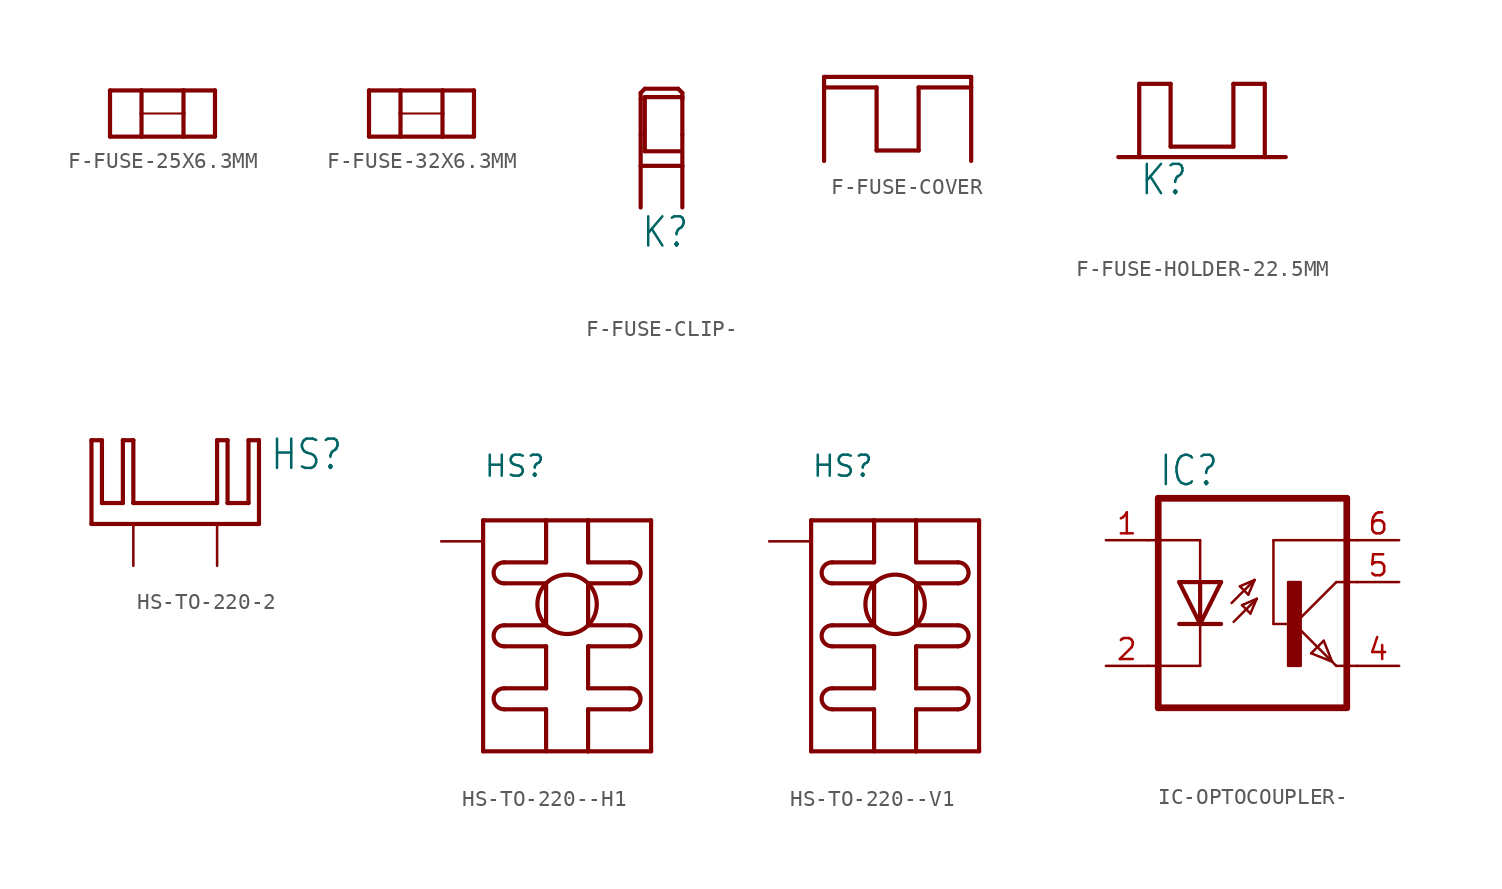
<source format=kicad_sym>
(kicad_symbol_lib
  (version 20231120)
  (generator "kicad_symbol_editor")
  (generator_version "8.0")
  (symbol "F-FUSE-25X6.3MM"
    (property "Reference" "F"
      (at 0 0 0)
      (effects (font (size 1.27 1.27)) (hide yes)))
    (property "Value" ""
      (at -2.54 1.905 0)
      (effects (font (size 1.778 1.511)) (justify left bottom)))
    (property "ki_locked" ""
      (at 0 0 0)
      (effects (font (size 1.27 1.27))))
    (symbol "F-FUSE-25X6.3MM_1_0"
      (polyline (pts (xy -3.175 -1.397) (xy -1.27 -1.397)) (stroke (width 0.254) (type solid)) (fill (type none)))
      (polyline (pts (xy -3.175 0) (xy -3.175 -1.397)) (stroke (width 0.254) (type solid)) (fill (type none)))
      (polyline (pts (xy -3.175 1.397) (xy -3.175 0)) (stroke (width 0.254) (type solid)) (fill (type none)))
      (polyline (pts (xy -1.27 -1.397) (xy 1.27 -1.397)) (stroke (width 0.254) (type solid)) (fill (type none)))
      (polyline (pts (xy -1.27 0) (xy -1.27 -1.397)) (stroke (width 0.254) (type solid)) (fill (type none)))
      (polyline (pts (xy -1.27 0) (xy 1.27 0)) (stroke (width 0.127) (type solid)) (fill (type none)))
      (polyline (pts (xy -1.27 1.397) (xy -3.175 1.397)) (stroke (width 0.254) (type solid)) (fill (type none)))
      (polyline (pts (xy -1.27 1.397) (xy -1.27 0)) (stroke (width 0.254) (type solid)) (fill (type none)))
      (polyline (pts (xy 1.27 -1.397) (xy 3.175 -1.397)) (stroke (width 0.254) (type solid)) (fill (type none)))
      (polyline (pts (xy 1.27 0) (xy 1.27 -1.397)) (stroke (width 0.254) (type solid)) (fill (type none)))
      (polyline (pts (xy 1.27 1.397) (xy -1.27 1.397)) (stroke (width 0.254) (type solid)) (fill (type none)))
      (polyline (pts (xy 1.27 1.397) (xy 1.27 0)) (stroke (width 0.254) (type solid)) (fill (type none)))
      (polyline (pts (xy 3.175 -1.397) (xy 3.175 0)) (stroke (width 0.254) (type solid)) (fill (type none)))
      (polyline (pts (xy 3.175 0) (xy 3.175 1.397)) (stroke (width 0.254) (type solid)) (fill (type none)))
      (polyline (pts (xy 3.175 1.397) (xy 1.27 1.397)) (stroke (width 0.254) (type solid)) (fill (type none)))))
  (symbol "F-FUSE-32X6.3MM"
    (property "Reference" "F"
      (at 0 0 0)
      (effects (font (size 1.27 1.27)) (hide yes)))
    (property "Value" ""
      (at -2.54 1.905 0)
      (effects (font (size 1.778 1.511)) (justify left bottom)))
    (property "ki_locked" ""
      (at 0 0 0)
      (effects (font (size 1.27 1.27))))
    (symbol "F-FUSE-32X6.3MM_1_0"
      (polyline (pts (xy -3.175 -1.397) (xy -1.27 -1.397)) (stroke (width 0.254) (type solid)) (fill (type none)))
      (polyline (pts (xy -3.175 0) (xy -3.175 -1.397)) (stroke (width 0.254) (type solid)) (fill (type none)))
      (polyline (pts (xy -3.175 1.397) (xy -3.175 0)) (stroke (width 0.254) (type solid)) (fill (type none)))
      (polyline (pts (xy -1.27 -1.397) (xy 1.27 -1.397)) (stroke (width 0.254) (type solid)) (fill (type none)))
      (polyline (pts (xy -1.27 0) (xy -1.27 -1.397)) (stroke (width 0.254) (type solid)) (fill (type none)))
      (polyline (pts (xy -1.27 0) (xy 1.27 0)) (stroke (width 0.127) (type solid)) (fill (type none)))
      (polyline (pts (xy -1.27 1.397) (xy -3.175 1.397)) (stroke (width 0.254) (type solid)) (fill (type none)))
      (polyline (pts (xy -1.27 1.397) (xy -1.27 0)) (stroke (width 0.254) (type solid)) (fill (type none)))
      (polyline (pts (xy 1.27 -1.397) (xy 3.175 -1.397)) (stroke (width 0.254) (type solid)) (fill (type none)))
      (polyline (pts (xy 1.27 0) (xy 1.27 -1.397)) (stroke (width 0.254) (type solid)) (fill (type none)))
      (polyline (pts (xy 1.27 1.397) (xy -1.27 1.397)) (stroke (width 0.254) (type solid)) (fill (type none)))
      (polyline (pts (xy 1.27 1.397) (xy 1.27 0)) (stroke (width 0.254) (type solid)) (fill (type none)))
      (polyline (pts (xy 3.175 -1.397) (xy 3.175 0)) (stroke (width 0.254) (type solid)) (fill (type none)))
      (polyline (pts (xy 3.175 0) (xy 3.175 1.397)) (stroke (width 0.254) (type solid)) (fill (type none)))
      (polyline (pts (xy 3.175 1.397) (xy 1.27 1.397)) (stroke (width 0.254) (type solid)) (fill (type none)))))
  (symbol "F-FUSE-CLIP-"
    (property "Reference" "K"
      (at -2.54 -5.08 0)
      (effects (font (size 1.778 1.511)) (justify left bottom)))
    (property "Value" ""
      (at -2.54 -7.62 0)
      (effects (font (size 1.778 1.511)) (justify left bottom)))
    (property "ki_locked" ""
      (at 0 0 0)
      (effects (font (size 1.27 1.27))))
    (symbol "F-FUSE-CLIP-_1_0"
      (polyline (pts (xy -2.54 -2.54) (xy -2.54 0)) (stroke (width 0.254) (type solid)) (fill (type none)))
      (polyline (pts (xy -2.54 0) (xy -2.54 1.905)) (stroke (width 0.254) (type solid)) (fill (type none)))
      (polyline (pts (xy -2.54 0) (xy 0 0)) (stroke (width 0.254) (type solid)) (fill (type none)))
      (polyline (pts (xy -2.54 1.905) (xy -2.54 4.064)) (stroke (width 0.254) (type solid)) (fill (type none)))
      (polyline (pts (xy -2.54 4.064) (xy -2.54 4.445)) (stroke (width 0.254) (type solid)) (fill (type none)))
      (polyline (pts (xy -2.54 4.445) (xy -2.286 4.699)) (stroke (width 0.254) (type solid)) (fill (type none)))
      (polyline (pts (xy -2.286 0.889) (xy -0.127 0.889)) (stroke (width 0.254) (type solid)) (fill (type none)))
      (polyline (pts (xy -2.286 4.191) (xy -2.286 0.889)) (stroke (width 0.254) (type solid)) (fill (type none)))
      (polyline (pts (xy -2.286 4.699) (xy -0.254 4.699)) (stroke (width 0.254) (type solid)) (fill (type none)))
      (polyline (pts (xy -0.254 4.699) (xy 0 4.445)) (stroke (width 0.254) (type solid)) (fill (type none)))
      (polyline (pts (xy 0 0) (xy 0 -2.54)) (stroke (width 0.254) (type solid)) (fill (type none)))
      (polyline (pts (xy 0 1.905) (xy 0 0)) (stroke (width 0.254) (type solid)) (fill (type none)))
      (polyline (pts (xy 0 4.064) (xy 0 1.905)) (stroke (width 0.254) (type solid)) (fill (type none)))
      (polyline (pts (xy 0 4.191) (xy -2.286 4.191)) (stroke (width 0.254) (type solid)) (fill (type none)))
      (polyline (pts (xy 0 4.191) (xy 0 4.064)) (stroke (width 0.254) (type solid)) (fill (type none)))
      (polyline (pts (xy 0 4.445) (xy 0 4.191)) (stroke (width 0.254) (type solid)) (fill (type none)))
      (pin passive line (at -2.54 -2.54 0) (length 0) (name "1" (effects (font (size 0 0)))) (number "1A" (effects (font (size 0 0)))))
      (pin passive line (at 0 -2.54 180) (length 0) (name "2" (effects (font (size 0 0)))) (number "1B" (effects (font (size 0 0)))))))
  (symbol "F-FUSE-COVER"
    (property "Reference" ""
      (at 0 0 0)
      (effects (font (size 1.27 1.27)) (hide yes)))
    (property "Value" ""
      (at 5.08 2.159 0)
      (effects (font (size 1.778 1.511)) (justify left bottom)))
    (property "ki_locked" ""
      (at 0 0 0)
      (effects (font (size 1.27 1.27))))
    (symbol "F-FUSE-COVER_1_0"
      (polyline (pts (xy -4.445 0.635) (xy -4.445 5.08)) (stroke (width 0.254) (type solid)) (fill (type none)))
      (polyline (pts (xy -4.445 5.08) (xy -4.445 5.715)) (stroke (width 0.254) (type solid)) (fill (type none)))
      (polyline (pts (xy -4.445 5.715) (xy 4.445 5.715)) (stroke (width 0.254) (type solid)) (fill (type none)))
      (polyline (pts (xy -1.27 1.27) (xy -1.27 5.08)) (stroke (width 0.254) (type solid)) (fill (type none)))
      (polyline (pts (xy -1.27 5.08) (xy -4.445 5.08)) (stroke (width 0.254) (type solid)) (fill (type none)))
      (polyline (pts (xy 1.27 1.27) (xy -1.27 1.27)) (stroke (width 0.254) (type solid)) (fill (type none)))
      (polyline (pts (xy 1.27 5.08) (xy 1.27 1.27)) (stroke (width 0.254) (type solid)) (fill (type none)))
      (polyline (pts (xy 4.445 5.08) (xy 1.27 5.08)) (stroke (width 0.254) (type solid)) (fill (type none)))
      (polyline (pts (xy 4.445 5.08) (xy 4.445 0.635)) (stroke (width 0.254) (type solid)) (fill (type none)))
      (polyline (pts (xy 4.445 5.715) (xy 4.445 5.08)) (stroke (width 0.254) (type solid)) (fill (type none)))))
  (symbol "F-FUSE-HOLDER-22.5MM"
    (property "Reference" "K"
      (at -3.81 -4.953 0)
      (effects (font (size 1.778 1.511)) (justify left bottom)))
    (property "Value" ""
      (at -3.81 -7.366 0)
      (effects (font (size 1.778 1.511)) (justify left bottom)))
    (property "ki_locked" ""
      (at 0 0 0)
      (effects (font (size 1.27 1.27))))
    (symbol "F-FUSE-HOLDER-22.5MM_1_0"
      (polyline (pts (xy -3.81 -2.54) (xy -5.08 -2.54)) (stroke (width 0.254) (type solid)) (fill (type none)))
      (polyline (pts (xy -3.81 -2.54) (xy 3.81 -2.54)) (stroke (width 0.254) (type solid)) (fill (type none)))
      (polyline (pts (xy -3.81 1.905) (xy -3.81 -2.54)) (stroke (width 0.254) (type solid)) (fill (type none)))
      (polyline (pts (xy -3.81 1.905) (xy -1.905 1.905)) (stroke (width 0.254) (type solid)) (fill (type none)))
      (polyline (pts (xy -1.905 -1.905) (xy 1.905 -1.905)) (stroke (width 0.254) (type solid)) (fill (type none)))
      (polyline (pts (xy -1.905 1.905) (xy -1.905 -1.905)) (stroke (width 0.254) (type solid)) (fill (type none)))
      (polyline (pts (xy 1.905 -1.905) (xy 1.905 1.905)) (stroke (width 0.254) (type solid)) (fill (type none)))
      (polyline (pts (xy 1.905 1.905) (xy 3.81 1.905)) (stroke (width 0.254) (type solid)) (fill (type none)))
      (polyline (pts (xy 3.81 -2.54) (xy 5.08 -2.54)) (stroke (width 0.254) (type solid)) (fill (type none)))
      (polyline (pts (xy 3.81 1.905) (xy 3.81 -2.54)) (stroke (width 0.254) (type solid)) (fill (type none)))
      (pin passive line (at -5.08 -2.54 0) (length 0) (name "1" (effects (font (size 0 0)))) (number "1" (effects (font (size 0 0)))))
      (pin passive line (at 5.08 -2.54 180) (length 0) (name "2" (effects (font (size 0 0)))) (number "2" (effects (font (size 0 0)))))))
  (symbol "HS-TO-220-2"
    (property "Reference" "HS"
      (at 5.715 3.175 0)
      (effects (font (size 1.778 1.511)) (justify left bottom)))
    (property "Value" ""
      (at 5.715 0.635 0)
      (effects (font (size 1.778 1.511)) (justify left bottom)))
    (property "ki_locked" ""
      (at 0 0 0)
      (effects (font (size 1.27 1.27))))
    (symbol "HS-TO-220-2_1_0"
      (polyline (pts (xy -5.08 0) (xy 5.08 0)) (stroke (width 0.254) (type solid)) (fill (type none)))
      (polyline (pts (xy -5.08 5.08) (xy -5.08 0)) (stroke (width 0.254) (type solid)) (fill (type none)))
      (polyline (pts (xy -4.445 1.27) (xy -4.445 5.08)) (stroke (width 0.254) (type solid)) (fill (type none)))
      (polyline (pts (xy -4.445 5.08) (xy -5.08 5.08)) (stroke (width 0.254) (type solid)) (fill (type none)))
      (polyline (pts (xy -3.175 1.27) (xy -4.445 1.27)) (stroke (width 0.254) (type solid)) (fill (type none)))
      (polyline (pts (xy -3.175 5.08) (xy -3.175 1.27)) (stroke (width 0.254) (type solid)) (fill (type none)))
      (polyline (pts (xy -2.54 1.27) (xy -2.54 5.08)) (stroke (width 0.254) (type solid)) (fill (type none)))
      (polyline (pts (xy -2.54 5.08) (xy -3.175 5.08)) (stroke (width 0.254) (type solid)) (fill (type none)))
      (polyline (pts (xy 2.54 1.27) (xy -2.54 1.27)) (stroke (width 0.254) (type solid)) (fill (type none)))
      (polyline (pts (xy 2.54 5.08) (xy 2.54 1.27)) (stroke (width 0.254) (type solid)) (fill (type none)))
      (polyline (pts (xy 3.175 1.27) (xy 3.175 5.08)) (stroke (width 0.254) (type solid)) (fill (type none)))
      (polyline (pts (xy 3.175 5.08) (xy 2.54 5.08)) (stroke (width 0.254) (type solid)) (fill (type none)))
      (polyline (pts (xy 4.445 1.27) (xy 3.175 1.27)) (stroke (width 0.254) (type solid)) (fill (type none)))
      (polyline (pts (xy 4.445 5.08) (xy 4.445 1.27)) (stroke (width 0.254) (type solid)) (fill (type none)))
      (polyline (pts (xy 5.08 0) (xy 5.08 5.08)) (stroke (width 0.254) (type solid)) (fill (type none)))
      (polyline (pts (xy 5.08 5.08) (xy 4.445 5.08)) (stroke (width 0.254) (type solid)) (fill (type none)))
      (pin power_in line (at -2.54 -2.54 90) (length 2.54) (name "1" (effects (font (size 0 0)))) (number "1" (effects (font (size 0 0)))))
      (pin power_in line (at 2.54 -2.54 90) (length 2.54) (name "2" (effects (font (size 0 0)))) (number "2" (effects (font (size 0 0)))))))
  (symbol "HS-TO-220--H1"
    (property "Reference" "HS"
      (at -5.08 17.78 0)
      (effects (font (size 1.27 1.27)) (justify left bottom)))
    (property "Value" ""
      (at -5.08 15.875 0)
      (effects (font (size 1.27 1.27)) (justify left bottom)))
    (property "ki_locked" ""
      (at 0 0 0)
      (effects (font (size 1.27 1.27))))
    (symbol "HS-TO-220--H1_1_0"
      (arc (start -3.81 5.08) (mid -4.445 4.445) (end -3.81 3.81) (stroke (width 0.254) (type solid)) (fill (type none)))
      (arc (start -3.81 8.89) (mid -4.445 8.255) (end -3.81 7.62) (stroke (width 0.254) (type solid)) (fill (type none)))
      (arc (start -3.81 12.7) (mid -4.445 12.065) (end -3.81 11.43) (stroke (width 0.254) (type solid)) (fill (type none)))
      (polyline (pts (xy -5.08 1.27) (xy 1.27 1.27)) (stroke (width 0.254) (type solid)) (fill (type none)))
      (polyline (pts (xy -5.08 15.24) (xy -5.08 1.27)) (stroke (width 0.254) (type solid)) (fill (type none)))
      (polyline (pts (xy -3.81 3.81) (xy -1.27 3.81)) (stroke (width 0.254) (type solid)) (fill (type none)))
      (polyline (pts (xy -3.81 5.08) (xy -1.27 5.08)) (stroke (width 0.254) (type solid)) (fill (type none)))
      (polyline (pts (xy -3.81 7.62) (xy -1.27 7.62)) (stroke (width 0.254) (type solid)) (fill (type none)))
      (polyline (pts (xy -3.81 8.89) (xy -1.27 8.89)) (stroke (width 0.254) (type solid)) (fill (type none)))
      (polyline (pts (xy -3.81 11.43) (xy -1.27 11.43)) (stroke (width 0.254) (type solid)) (fill (type none)))
      (polyline (pts (xy -3.81 12.7) (xy -1.27 12.7)) (stroke (width 0.254) (type solid)) (fill (type none)))
      (polyline (pts (xy -1.27 1.27) (xy -1.27 3.81)) (stroke (width 0.254) (type solid)) (fill (type none)))
      (polyline (pts (xy -1.27 5.08) (xy -1.27 7.62)) (stroke (width 0.254) (type solid)) (fill (type none)))
      (polyline (pts (xy -1.27 8.89) (xy -1.27 11.43)) (stroke (width 0.254) (type solid)) (fill (type none)))
      (polyline (pts (xy -1.27 12.7) (xy -1.27 15.24)) (stroke (width 0.254) (type solid)) (fill (type none)))
      (polyline (pts (xy -1.27 15.24) (xy -5.08 15.24)) (stroke (width 0.254) (type solid)) (fill (type none)))
      (polyline (pts (xy 1.27 1.27) (xy 1.27 3.81)) (stroke (width 0.254) (type solid)) (fill (type none)))
      (polyline (pts (xy 1.27 1.27) (xy 5.08 1.27)) (stroke (width 0.254) (type solid)) (fill (type none)))
      (polyline (pts (xy 1.27 3.81) (xy 3.81 3.81)) (stroke (width 0.254) (type solid)) (fill (type none)))
      (polyline (pts (xy 1.27 5.08) (xy 1.27 7.62)) (stroke (width 0.254) (type solid)) (fill (type none)))
      (polyline (pts (xy 1.27 5.08) (xy 3.81 5.08)) (stroke (width 0.254) (type solid)) (fill (type none)))
      (polyline (pts (xy 1.27 7.62) (xy 3.81 7.62)) (stroke (width 0.254) (type solid)) (fill (type none)))
      (polyline (pts (xy 1.27 8.89) (xy 1.27 11.43)) (stroke (width 0.254) (type solid)) (fill (type none)))
      (polyline (pts (xy 1.27 8.89) (xy 3.81 8.89)) (stroke (width 0.254) (type solid)) (fill (type none)))
      (polyline (pts (xy 1.27 11.43) (xy 3.81 11.43)) (stroke (width 0.254) (type solid)) (fill (type none)))
      (polyline (pts (xy 1.27 12.7) (xy 1.27 15.24)) (stroke (width 0.254) (type solid)) (fill (type none)))
      (polyline (pts (xy 1.27 12.7) (xy 3.81 12.7)) (stroke (width 0.254) (type solid)) (fill (type none)))
      (polyline (pts (xy 1.27 15.24) (xy -1.27 15.24)) (stroke (width 0.254) (type solid)) (fill (type none)))
      (polyline (pts (xy 5.08 1.27) (xy 5.08 15.24)) (stroke (width 0.254) (type solid)) (fill (type none)))
      (polyline (pts (xy 5.08 15.24) (xy 1.27 15.24)) (stroke (width 0.254) (type solid)) (fill (type none)))
      (circle (center 0 10.16) (radius 1.796) (stroke (width 0.254) (type solid)) (fill (type none)))
      (arc (start 3.81 3.81) (mid 4.445 4.445) (end 3.81 5.08) (stroke (width 0.254) (type solid)) (fill (type none)))
      (arc (start 3.81 7.62) (mid 4.445 8.255) (end 3.81 8.89) (stroke (width 0.254) (type solid)) (fill (type none)))
      (arc (start 3.81 11.43) (mid 4.445 12.065) (end 3.81 12.7) (stroke (width 0.254) (type solid)) (fill (type none)))
      (pin passive line (at -7.62 13.97 0) (length 2.54) (name "1" (effects (font (size 0 0)))) (number "1" (effects (font (size 0 0)))))))
  (symbol "HS-TO-220--V1"
    (property "Reference" "HS"
      (at -5.08 17.78 0)
      (effects (font (size 1.27 1.27)) (justify left bottom)))
    (property "Value" ""
      (at -5.08 15.875 0)
      (effects (font (size 1.27 1.27)) (justify left bottom)))
    (property "ki_locked" ""
      (at 0 0 0)
      (effects (font (size 1.27 1.27))))
    (symbol "HS-TO-220--V1_1_0"
      (arc (start -3.81 5.08) (mid -4.445 4.445) (end -3.81 3.81) (stroke (width 0.254) (type solid)) (fill (type none)))
      (arc (start -3.81 8.89) (mid -4.445 8.255) (end -3.81 7.62) (stroke (width 0.254) (type solid)) (fill (type none)))
      (arc (start -3.81 12.7) (mid -4.445 12.065) (end -3.81 11.43) (stroke (width 0.254) (type solid)) (fill (type none)))
      (polyline (pts (xy -5.08 1.27) (xy 1.27 1.27)) (stroke (width 0.254) (type solid)) (fill (type none)))
      (polyline (pts (xy -5.08 15.24) (xy -5.08 1.27)) (stroke (width 0.254) (type solid)) (fill (type none)))
      (polyline (pts (xy -3.81 3.81) (xy -1.27 3.81)) (stroke (width 0.254) (type solid)) (fill (type none)))
      (polyline (pts (xy -3.81 5.08) (xy -1.27 5.08)) (stroke (width 0.254) (type solid)) (fill (type none)))
      (polyline (pts (xy -3.81 7.62) (xy -1.27 7.62)) (stroke (width 0.254) (type solid)) (fill (type none)))
      (polyline (pts (xy -3.81 8.89) (xy -1.27 8.89)) (stroke (width 0.254) (type solid)) (fill (type none)))
      (polyline (pts (xy -3.81 11.43) (xy -1.27 11.43)) (stroke (width 0.254) (type solid)) (fill (type none)))
      (polyline (pts (xy -3.81 12.7) (xy -1.27 12.7)) (stroke (width 0.254) (type solid)) (fill (type none)))
      (polyline (pts (xy -1.27 1.27) (xy -1.27 3.81)) (stroke (width 0.254) (type solid)) (fill (type none)))
      (polyline (pts (xy -1.27 5.08) (xy -1.27 7.62)) (stroke (width 0.254) (type solid)) (fill (type none)))
      (polyline (pts (xy -1.27 8.89) (xy -1.27 11.43)) (stroke (width 0.254) (type solid)) (fill (type none)))
      (polyline (pts (xy -1.27 12.7) (xy -1.27 15.24)) (stroke (width 0.254) (type solid)) (fill (type none)))
      (polyline (pts (xy -1.27 15.24) (xy -5.08 15.24)) (stroke (width 0.254) (type solid)) (fill (type none)))
      (polyline (pts (xy 1.27 1.27) (xy 1.27 3.81)) (stroke (width 0.254) (type solid)) (fill (type none)))
      (polyline (pts (xy 1.27 1.27) (xy 5.08 1.27)) (stroke (width 0.254) (type solid)) (fill (type none)))
      (polyline (pts (xy 1.27 3.81) (xy 3.81 3.81)) (stroke (width 0.254) (type solid)) (fill (type none)))
      (polyline (pts (xy 1.27 5.08) (xy 1.27 7.62)) (stroke (width 0.254) (type solid)) (fill (type none)))
      (polyline (pts (xy 1.27 5.08) (xy 3.81 5.08)) (stroke (width 0.254) (type solid)) (fill (type none)))
      (polyline (pts (xy 1.27 7.62) (xy 3.81 7.62)) (stroke (width 0.254) (type solid)) (fill (type none)))
      (polyline (pts (xy 1.27 8.89) (xy 1.27 11.43)) (stroke (width 0.254) (type solid)) (fill (type none)))
      (polyline (pts (xy 1.27 8.89) (xy 3.81 8.89)) (stroke (width 0.254) (type solid)) (fill (type none)))
      (polyline (pts (xy 1.27 11.43) (xy 3.81 11.43)) (stroke (width 0.254) (type solid)) (fill (type none)))
      (polyline (pts (xy 1.27 12.7) (xy 1.27 15.24)) (stroke (width 0.254) (type solid)) (fill (type none)))
      (polyline (pts (xy 1.27 12.7) (xy 3.81 12.7)) (stroke (width 0.254) (type solid)) (fill (type none)))
      (polyline (pts (xy 1.27 15.24) (xy -1.27 15.24)) (stroke (width 0.254) (type solid)) (fill (type none)))
      (polyline (pts (xy 5.08 1.27) (xy 5.08 15.24)) (stroke (width 0.254) (type solid)) (fill (type none)))
      (polyline (pts (xy 5.08 15.24) (xy 1.27 15.24)) (stroke (width 0.254) (type solid)) (fill (type none)))
      (circle (center 0 10.16) (radius 1.796) (stroke (width 0.254) (type solid)) (fill (type none)))
      (arc (start 3.81 3.81) (mid 4.445 4.445) (end 3.81 5.08) (stroke (width 0.254) (type solid)) (fill (type none)))
      (arc (start 3.81 7.62) (mid 4.445 8.255) (end 3.81 8.89) (stroke (width 0.254) (type solid)) (fill (type none)))
      (arc (start 3.81 11.43) (mid 4.445 12.065) (end 3.81 12.7) (stroke (width 0.254) (type solid)) (fill (type none)))
      (pin passive line (at -7.62 13.97 0) (length 2.54) (name "1" (effects (font (size 0 0)))) (number "1" (effects (font (size 0 0)))))))
  (symbol "IC-OPTOCOUPLER-"
    (property "Reference" "IC"
      (at -6.985 5.715 0)
      (effects (font (size 1.778 1.511)) (justify left bottom)))
    (property "Value" ""
      (at -6.985 -10.16 0)
      (effects (font (size 1.778 1.511)) (justify left bottom)))
    (property "ki_locked" ""
      (at 0 0 0)
      (effects (font (size 1.27 1.27))))
    (symbol "IC-OPTOCOUPLER-_1_0"
      (polyline (pts (xy -7.62 2.54) (xy -4.445 2.54)) (stroke (width 0.152) (type solid)) (fill (type none)))
      (polyline (pts (xy -6.985 -7.62) (xy 4.445 -7.62)) (stroke (width 0.406) (type solid)) (fill (type none)))
      (polyline (pts (xy -6.985 5.08) (xy -6.985 -7.62)) (stroke (width 0.406) (type solid)) (fill (type none)))
      (polyline (pts (xy -6.985 5.08) (xy 4.445 5.08)) (stroke (width 0.406) (type solid)) (fill (type none)))
      (polyline (pts (xy -4.445 -5.08) (xy -7.62 -5.08)) (stroke (width 0.152) (type solid)) (fill (type none)))
      (polyline (pts (xy -4.445 -2.54) (xy -5.715 -2.54)) (stroke (width 0.254) (type solid)) (fill (type none)))
      (polyline (pts (xy -4.445 -2.54) (xy -5.715 0)) (stroke (width 0.254) (type solid)) (fill (type none)))
      (polyline (pts (xy -4.445 -2.54) (xy -4.445 -5.08)) (stroke (width 0.152) (type solid)) (fill (type none)))
      (polyline (pts (xy -4.445 0) (xy -5.715 0)) (stroke (width 0.254) (type solid)) (fill (type none)))
      (polyline (pts (xy -4.445 0) (xy -4.445 -2.54)) (stroke (width 0.254) (type solid)) (fill (type none)))
      (polyline (pts (xy -4.445 2.54) (xy -4.445 0)) (stroke (width 0.152) (type solid)) (fill (type none)))
      (polyline (pts (xy -3.175 -2.54) (xy -4.445 -2.54)) (stroke (width 0.254) (type solid)) (fill (type none)))
      (polyline (pts (xy -3.175 0) (xy -4.445 -2.54)) (stroke (width 0.254) (type solid)) (fill (type none)))
      (polyline (pts (xy -3.175 0) (xy -4.445 0)) (stroke (width 0.254) (type solid)) (fill (type none)))
      (polyline (pts (xy -2.54 -1.27) (xy -1.143 0.127)) (stroke (width 0.152) (type solid)) (fill (type none)))
      (polyline (pts (xy -2.413 -2.413) (xy -1.016 -1.016)) (stroke (width 0.152) (type solid)) (fill (type none)))
      (polyline (pts (xy -2.032 -0.254) (xy -1.524 -0.762)) (stroke (width 0.152) (type solid)) (fill (type none)))
      (polyline (pts (xy -1.905 -1.397) (xy -1.397 -1.905)) (stroke (width 0.152) (type solid)) (fill (type none)))
      (polyline (pts (xy -1.524 -0.762) (xy -1.143 0.127)) (stroke (width 0.152) (type solid)) (fill (type none)))
      (polyline (pts (xy -1.397 -1.905) (xy -1.016 -1.016)) (stroke (width 0.152) (type solid)) (fill (type none)))
      (polyline (pts (xy -1.143 0.127) (xy -2.032 -0.254)) (stroke (width 0.152) (type solid)) (fill (type none)))
      (polyline (pts (xy -1.016 -1.016) (xy -1.905 -1.397)) (stroke (width 0.152) (type solid)) (fill (type none)))
      (polyline (pts (xy 0 -2.54) (xy 0 2.54)) (stroke (width 0.152) (type solid)) (fill (type none)))
      (polyline (pts (xy 0 -2.54) (xy 1.016 -2.54)) (stroke (width 0.152) (type solid)) (fill (type none)))
      (polyline (pts (xy 0 2.54) (xy 5.08 2.54)) (stroke (width 0.152) (type solid)) (fill (type none)))
      (polyline (pts (xy 1.27 -2.54) (xy 3.556 -4.826)) (stroke (width 0.152) (type solid)) (fill (type none)))
      (polyline (pts (xy 2.286 -4.318) (xy 3.048 -3.556)) (stroke (width 0.152) (type solid)) (fill (type none)))
      (polyline (pts (xy 3.048 -3.556) (xy 3.556 -4.826)) (stroke (width 0.152) (type solid)) (fill (type none)))
      (polyline (pts (xy 3.556 -4.826) (xy 2.286 -4.318)) (stroke (width 0.152) (type solid)) (fill (type none)))
      (polyline (pts (xy 3.556 -4.826) (xy 3.81 -5.08)) (stroke (width 0.152) (type solid)) (fill (type none)))
      (polyline (pts (xy 3.81 -5.08) (xy 5.08 -5.08)) (stroke (width 0.152) (type solid)) (fill (type none)))
      (polyline (pts (xy 3.81 0) (xy 1.27 -2.54)) (stroke (width 0.152) (type solid)) (fill (type none)))
      (polyline (pts (xy 3.81 0) (xy 5.08 0)) (stroke (width 0.152) (type solid)) (fill (type none)))
      (polyline (pts (xy 4.445 5.08) (xy 4.445 -7.62)) (stroke (width 0.406) (type solid)) (fill (type none)))
      (rectangle (start 0.889 -5.08) (end 1.651 0) (stroke (width 0) (type default)) (fill (type outline)))
      (pin passive line (at -10.16 2.54 0) (length 2.54) (name "A" (effects (font (size 0 0)))) (number "1" (effects (font (size 1.27 1.27)))))
      (pin passive line (at -10.16 -5.08 0) (length 2.54) (name "C" (effects (font (size 0 0)))) (number "2" (effects (font (size 1.27 1.27)))))
      (pin passive line (at 7.62 -5.08 180) (length 2.54) (name "EMI" (effects (font (size 0 0)))) (number "4" (effects (font (size 1.27 1.27)))))
      (pin passive line (at 7.62 0 180) (length 2.54) (name "COL" (effects (font (size 0 0)))) (number "5" (effects (font (size 1.27 1.27)))))
      (pin passive line (at 7.62 2.54 180) (length 2.54) (name "BAS" (effects (font (size 0 0)))) (number "6" (effects (font (size 1.27 1.27))))))))
</source>
